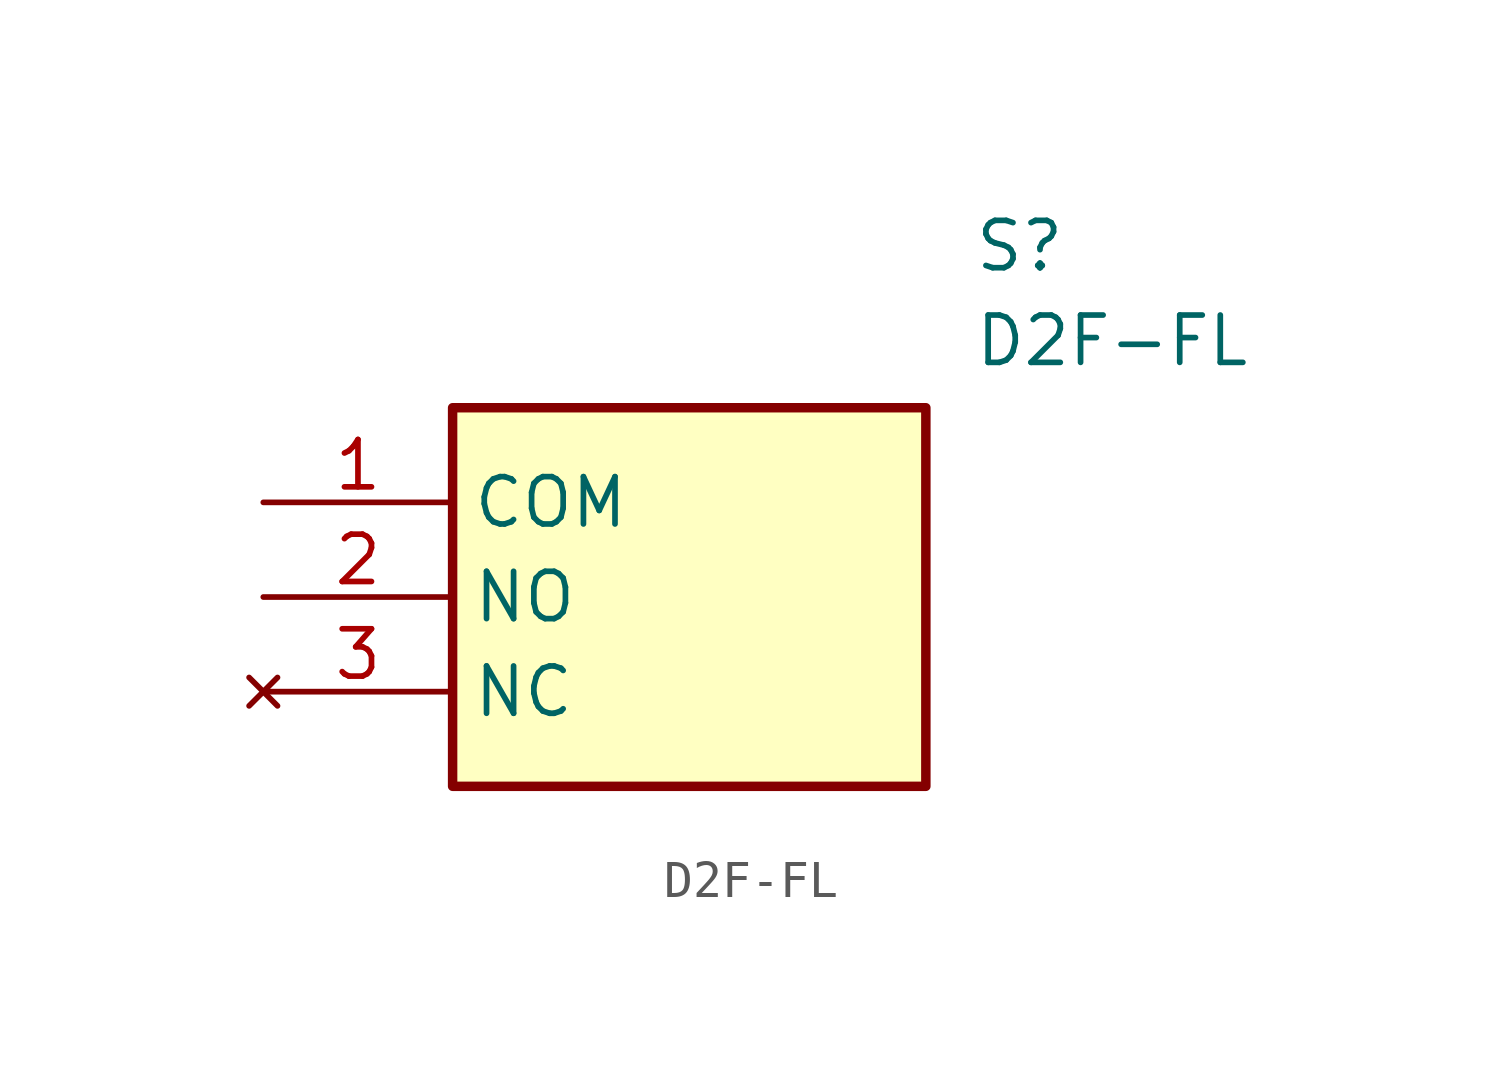
<source format=kicad_sym>
(kicad_symbol_lib
  (version 20211014)
  (generator SamacSys_ECAD_Model)
  (symbol "D2F-FL"
    (property "Reference" "S"
      (at 19.05 7.62 0)
      (effects (font (size 1.27 1.27)) (justify left top)))
    (property "Value" "D2F-FL"
      (at 19.05 5.08 0)
      (effects (font (size 1.27 1.27)) (justify left top)))
    (rectangle
      (start 5.08 2.54)
      (end 17.78 -7.62)
      (stroke (width 0.254) (type default))
      (fill (type background)))
    (pin passive line
      (at 0 0 0)
      (length 5.08)
      (name "COM" (effects (font (size 1.27 1.27))))
      (number "1" (effects (font (size 1.27 1.27)))))
    (pin passive line
      (at 0 -2.54 0)
      (length 5.08)
      (name "NO" (effects (font (size 1.27 1.27))))
      (number "2" (effects (font (size 1.27 1.27)))))
    (pin no_connect line
      (at 0 -5.08 0)
      (length 5.08)
      (name "NC" (effects (font (size 1.27 1.27))))
      (number "3" (effects (font (size 1.27 1.27)))))))
</source>
